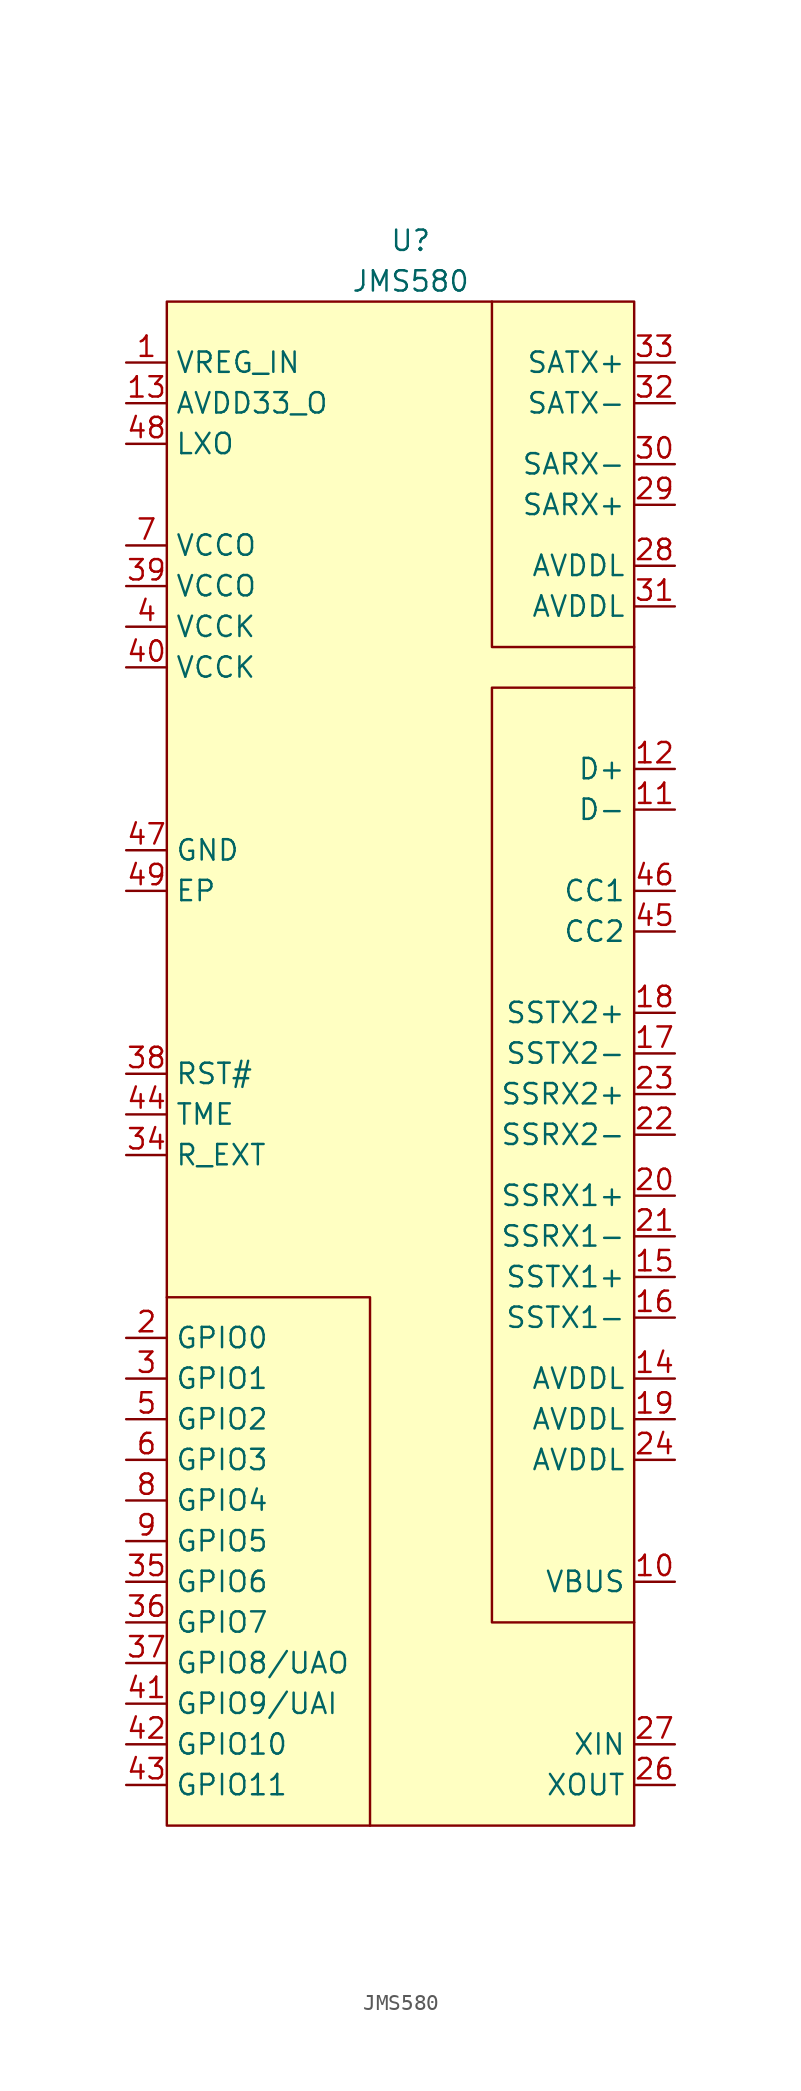
<source format=kicad_sym>
(kicad_symbol_lib
  (version 20211014)
  (generator kicad_symbol_editor)
  (symbol "JMS580"
    (property "Reference" "U"
      (at 0 52.07 0)
      (effects (font (size 1.27 1.27))))
    (property "Value" "JMS580"
      (at 0 49.53 0)
      (effects (font (size 1.27 1.27))))
    (symbol "JMS580_0_0"
      (pin passive line (at -17.78 44.45 0) (length 2.54) (name "VREG_IN" (effects (font (size 1.27 1.27)))) (number "1" (effects (font (size 1.27 1.27)))))
      (pin passive line (at 16.51 -31.75 180) (length 2.54) (name "VBUS" (effects (font (size 1.27 1.27)))) (number "10" (effects (font (size 1.27 1.27)))))
      (pin bidirectional line (at 16.51 16.51 180) (length 2.54) (name "D-" (effects (font (size 1.27 1.27)))) (number "11" (effects (font (size 1.27 1.27)))))
      (pin bidirectional line (at 16.51 19.05 180) (length 2.54) (name "D+" (effects (font (size 1.27 1.27)))) (number "12" (effects (font (size 1.27 1.27)))))
      (pin power_out line (at -17.78 41.91 0) (length 2.54) (name "AVDD33_O" (effects (font (size 1.27 1.27)))) (number "13" (effects (font (size 1.27 1.27)))))
      (pin input line (at 16.51 -19.05 180) (length 2.54) (name "AVDDL" (effects (font (size 1.27 1.27)))) (number "14" (effects (font (size 1.27 1.27)))))
      (pin output line (at 16.51 -12.7 180) (length 2.54) (name "SSTX1+" (effects (font (size 1.27 1.27)))) (number "15" (effects (font (size 1.27 1.27)))))
      (pin output line (at 16.51 -15.24 180) (length 2.54) (name "SSTX1-" (effects (font (size 1.27 1.27)))) (number "16" (effects (font (size 1.27 1.27)))))
      (pin output line (at 16.51 1.27 180) (length 2.54) (name "SSTX2-" (effects (font (size 1.27 1.27)))) (number "17" (effects (font (size 1.27 1.27)))))
      (pin output line (at 16.51 3.81 180) (length 2.54) (name "SSTX2+" (effects (font (size 1.27 1.27)))) (number "18" (effects (font (size 1.27 1.27)))))
      (pin input line (at 16.51 -21.59 180) (length 2.54) (name "AVDDL" (effects (font (size 1.27 1.27)))) (number "19" (effects (font (size 1.27 1.27)))))
      (pin bidirectional line (at -17.78 -16.51 0) (length 2.54) (name "GPIO0" (effects (font (size 1.27 1.27)))) (number "2" (effects (font (size 1.27 1.27)))))
      (pin input line (at 16.51 -7.62 180) (length 2.54) (name "SSRX1+" (effects (font (size 1.27 1.27)))) (number "20" (effects (font (size 1.27 1.27)))))
      (pin input line (at 16.51 -10.16 180) (length 2.54) (name "SSRX1-" (effects (font (size 1.27 1.27)))) (number "21" (effects (font (size 1.27 1.27)))))
      (pin input line (at 16.51 -3.81 180) (length 2.54) (name "SSRX2-" (effects (font (size 1.27 1.27)))) (number "22" (effects (font (size 1.27 1.27)))))
      (pin input line (at 16.51 -1.27 180) (length 2.54) (name "SSRX2+" (effects (font (size 1.27 1.27)))) (number "23" (effects (font (size 1.27 1.27)))))
      (pin input line (at 16.51 -24.13 180) (length 2.54) (name "AVDDL" (effects (font (size 1.27 1.27)))) (number "24" (effects (font (size 1.27 1.27)))))
      (pin no_connect line (at 2.54 13.97 180) (length 2.54) hide (name "NC" (effects (font (size 1.27 1.27)))) (number "25" (effects (font (size 1.27 1.27)))))
      (pin output line (at 16.51 -44.45 180) (length 2.54) (name "XOUT" (effects (font (size 1.27 1.27)))) (number "26" (effects (font (size 1.27 1.27)))))
      (pin input line (at 16.51 -41.91 180) (length 2.54) (name "XIN" (effects (font (size 1.27 1.27)))) (number "27" (effects (font (size 1.27 1.27)))))
      (pin input line (at 16.51 31.75 180) (length 2.54) (name "AVDDL" (effects (font (size 1.27 1.27)))) (number "28" (effects (font (size 1.27 1.27)))))
      (pin output line (at 16.51 35.56 180) (length 2.54) (name "SARX+" (effects (font (size 1.27 1.27)))) (number "29" (effects (font (size 1.27 1.27)))))
      (pin bidirectional line (at -17.78 -19.05 0) (length 2.54) (name "GPIO1" (effects (font (size 1.27 1.27)))) (number "3" (effects (font (size 1.27 1.27)))))
      (pin output line (at 16.51 38.1 180) (length 2.54) (name "SARX-" (effects (font (size 1.27 1.27)))) (number "30" (effects (font (size 1.27 1.27)))))
      (pin input line (at 16.51 29.21 180) (length 2.54) (name "AVDDL" (effects (font (size 1.27 1.27)))) (number "31" (effects (font (size 1.27 1.27)))))
      (pin output line (at 16.51 41.91 180) (length 2.54) (name "SATX-" (effects (font (size 1.27 1.27)))) (number "32" (effects (font (size 1.27 1.27)))))
      (pin output line (at 16.51 44.45 180) (length 2.54) (name "SATX+" (effects (font (size 1.27 1.27)))) (number "33" (effects (font (size 1.27 1.27)))))
      (pin input line (at -17.78 -5.08 0) (length 2.54) (name "R_EXT" (effects (font (size 1.27 1.27)))) (number "34" (effects (font (size 1.27 1.27)))))
      (pin bidirectional line (at -17.78 -31.75 0) (length 2.54) (name "GPIO6" (effects (font (size 1.27 1.27)))) (number "35" (effects (font (size 1.27 1.27)))))
      (pin bidirectional line (at -17.78 -34.29 0) (length 2.54) (name "GPIO7" (effects (font (size 1.27 1.27)))) (number "36" (effects (font (size 1.27 1.27)))))
      (pin bidirectional line (at -17.78 -36.83 0) (length 2.54) (name "GPIO8/UAO" (effects (font (size 1.27 1.27)))) (number "37" (effects (font (size 1.27 1.27)))))
      (pin input line (at -17.78 0 0) (length 2.54) (name "RST#" (effects (font (size 1.27 1.27)))) (number "38" (effects (font (size 1.27 1.27)))))
      (pin power_in line (at -17.78 30.48 0) (length 2.54) (name "VCCO" (effects (font (size 1.27 1.27)))) (number "39" (effects (font (size 1.27 1.27)))))
      (pin input line (at -17.78 27.94 0) (length 2.54) (name "VCCK" (effects (font (size 1.27 1.27)))) (number "4" (effects (font (size 1.27 1.27)))))
      (pin input line (at -17.78 25.4 0) (length 2.54) (name "VCCK" (effects (font (size 1.27 1.27)))) (number "40" (effects (font (size 1.27 1.27)))))
      (pin bidirectional line (at -17.78 -39.37 0) (length 2.54) (name "GPIO9/UAI" (effects (font (size 1.27 1.27)))) (number "41" (effects (font (size 1.27 1.27)))))
      (pin bidirectional line (at -17.78 -41.91 0) (length 2.54) (name "GPIO10" (effects (font (size 1.27 1.27)))) (number "42" (effects (font (size 1.27 1.27)))))
      (pin bidirectional line (at -17.78 -44.45 0) (length 2.54) (name "GPIO11" (effects (font (size 1.27 1.27)))) (number "43" (effects (font (size 1.27 1.27)))))
      (pin input line (at -17.78 -2.54 0) (length 2.54) (name "TME" (effects (font (size 1.27 1.27)))) (number "44" (effects (font (size 1.27 1.27)))))
      (pin input line (at 16.51 8.89 180) (length 2.54) (name "CC2" (effects (font (size 1.27 1.27)))) (number "45" (effects (font (size 1.27 1.27)))))
      (pin input line (at 16.51 11.43 180) (length 2.54) (name "CC1" (effects (font (size 1.27 1.27)))) (number "46" (effects (font (size 1.27 1.27)))))
      (pin passive line (at -17.78 13.97 0) (length 2.54) (name "GND" (effects (font (size 1.27 1.27)))) (number "47" (effects (font (size 1.27 1.27)))))
      (pin power_out line (at -17.78 39.37 0) (length 2.54) (name "LXO" (effects (font (size 1.27 1.27)))) (number "48" (effects (font (size 1.27 1.27)))))
      (pin bidirectional line (at -17.78 -21.59 0) (length 2.54) (name "GPIO2" (effects (font (size 1.27 1.27)))) (number "5" (effects (font (size 1.27 1.27)))))
      (pin bidirectional line (at -17.78 -24.13 0) (length 2.54) (name "GPIO3" (effects (font (size 1.27 1.27)))) (number "6" (effects (font (size 1.27 1.27)))))
      (pin power_in line (at -17.78 33.02 0) (length 2.54) (name "VCCO" (effects (font (size 1.27 1.27)))) (number "7" (effects (font (size 1.27 1.27)))))
      (pin bidirectional line (at -17.78 -26.67 0) (length 2.54) (name "GPIO4" (effects (font (size 1.27 1.27)))) (number "8" (effects (font (size 1.27 1.27)))))
      (pin bidirectional line (at -17.78 -29.21 0) (length 2.54) (name "GPIO5" (effects (font (size 1.27 1.27)))) (number "9" (effects (font (size 1.27 1.27))))))
    (symbol "JMS580_0_1"
      (rectangle (start -15.24 48.26) (end 13.97 -46.99) (stroke (width 0.152) (type default) (color 0 0 0 0)) (fill (type background)))
      (polyline (pts (xy -15.24 -13.97) (xy -2.54 -13.97) (xy -2.54 -46.99)) (stroke (width 0.152) (type default) (color 0 0 0 0)) (fill (type none)))
      (polyline (pts (xy 5.08 48.26) (xy 5.08 26.67) (xy 13.97 26.67)) (stroke (width 0.152) (type default) (color 0 0 0 0)) (fill (type none)))
      (polyline (pts (xy 13.97 24.13) (xy 5.08 24.13) (xy 5.08 -34.29) (xy 13.97 -34.29)) (stroke (width 0.152) (type default) (color 0 0 0 0)) (fill (type none))))
    (symbol "JMS580_1_1"
      (pin passive line (at -17.78 11.43 0) (length 2.54) (name "EP" (effects (font (size 1.27 1.27)))) (number "49" (effects (font (size 1.27 1.27))))))))
</source>
